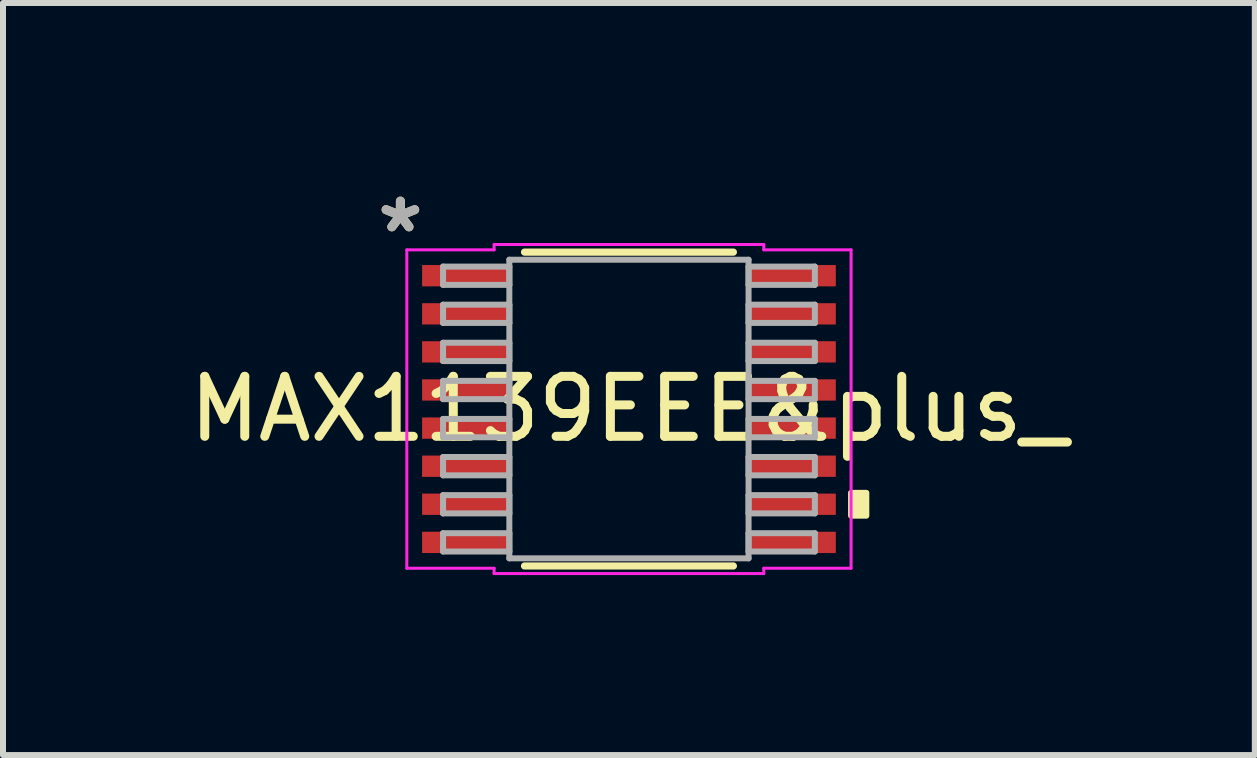
<source format=kicad_pcb>
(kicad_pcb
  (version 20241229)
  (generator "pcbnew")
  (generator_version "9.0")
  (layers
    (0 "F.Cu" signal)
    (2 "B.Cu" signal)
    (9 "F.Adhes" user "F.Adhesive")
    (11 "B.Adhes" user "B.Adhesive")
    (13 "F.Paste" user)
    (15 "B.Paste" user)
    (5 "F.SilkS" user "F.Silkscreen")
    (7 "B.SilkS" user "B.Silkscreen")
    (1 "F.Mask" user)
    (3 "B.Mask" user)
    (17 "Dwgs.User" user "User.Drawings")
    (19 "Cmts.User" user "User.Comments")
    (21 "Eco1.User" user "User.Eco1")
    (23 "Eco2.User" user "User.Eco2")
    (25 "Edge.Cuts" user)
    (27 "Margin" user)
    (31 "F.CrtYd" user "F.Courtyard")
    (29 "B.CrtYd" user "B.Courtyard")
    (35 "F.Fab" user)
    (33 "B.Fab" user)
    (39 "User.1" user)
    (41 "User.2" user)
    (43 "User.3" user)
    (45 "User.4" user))
  (footprint "MAX1139EEE&plus_"
    (layer "F.Cu")
    (at 7.435 3.769)
    (property "Reference" "MAX1139EEE&plus_" (at 0 0 0) (layer "F.SilkS") (effects (font (size 1 1) (thickness 0.15))))
    (attr smd)
    (fp_line (start -1.741 2.616) (end 1.741 2.616) (stroke (width 0.12) (type solid)) (layer "F.SilkS"))
    (fp_line (start 1.741 -2.616) (end -1.741 -2.616) (stroke (width 0.12) (type solid)) (layer "F.SilkS"))
    (fp_poly (pts (xy 3.957 1.397) (xy 3.957 1.778) (xy 3.703 1.778) (xy 3.703 1.397)) (stroke (width 0.1) (type solid)) (fill yes) (layer "F.SilkS"))
    (fp_line (start -3.703 -2.654) (end -2.248 -2.654) (stroke (width 0.05) (type solid)) (layer "F.CrtYd"))
    (fp_line (start -3.703 2.654) (end -3.703 -2.654) (stroke (width 0.05) (type solid)) (layer "F.CrtYd"))
    (fp_line (start -2.248 -2.743) (end 2.248 -2.743) (stroke (width 0.05) (type solid)) (layer "F.CrtYd"))
    (fp_line (start -2.248 -2.654) (end -2.248 -2.743) (stroke (width 0.05) (type solid)) (layer "F.CrtYd"))
    (fp_line (start -2.248 2.654) (end -3.703 2.654) (stroke (width 0.05) (type solid)) (layer "F.CrtYd"))
    (fp_line (start -2.248 2.743) (end -2.248 2.654) (stroke (width 0.05) (type solid)) (layer "F.CrtYd"))
    (fp_line (start 2.248 -2.743) (end 2.248 -2.654) (stroke (width 0.05) (type solid)) (layer "F.CrtYd"))
    (fp_line (start 2.248 -2.654) (end 3.703 -2.654) (stroke (width 0.05) (type solid)) (layer "F.CrtYd"))
    (fp_line (start 2.248 2.654) (end 2.248 2.743) (stroke (width 0.05) (type solid)) (layer "F.CrtYd"))
    (fp_line (start 2.248 2.743) (end -2.248 2.743) (stroke (width 0.05) (type solid)) (layer "F.CrtYd"))
    (fp_line (start 3.703 -2.654) (end 3.703 2.654) (stroke (width 0.05) (type solid)) (layer "F.CrtYd"))
    (fp_line (start 3.703 2.654) (end 2.248 2.654) (stroke (width 0.05) (type solid)) (layer "F.CrtYd"))
    (fp_line (start -3.099 -2.375) (end -3.099 -2.07) (stroke (width 0.1) (type solid)) (layer "F.Fab"))
    (fp_line (start -3.099 -2.07) (end -1.994 -2.07) (stroke (width 0.1) (type solid)) (layer "F.Fab"))
    (fp_line (start -3.099 -1.74) (end -3.099 -1.435) (stroke (width 0.1) (type solid)) (layer "F.Fab"))
    (fp_line (start -3.099 -1.435) (end -1.994 -1.435) (stroke (width 0.1) (type solid)) (layer "F.Fab"))
    (fp_line (start -3.099 -1.105) (end -3.099 -0.8) (stroke (width 0.1) (type solid)) (layer "F.Fab"))
    (fp_line (start -3.099 -0.8) (end -1.994 -0.8) (stroke (width 0.1) (type solid)) (layer "F.Fab"))
    (fp_line (start -3.099 -0.47) (end -3.099 -0.165) (stroke (width 0.1) (type solid)) (layer "F.Fab"))
    (fp_line (start -3.099 -0.165) (end -1.994 -0.165) (stroke (width 0.1) (type solid)) (layer "F.Fab"))
    (fp_line (start -3.099 0.165) (end -3.099 0.47) (stroke (width 0.1) (type solid)) (layer "F.Fab"))
    (fp_line (start -3.099 0.47) (end -1.994 0.47) (stroke (width 0.1) (type solid)) (layer "F.Fab"))
    (fp_line (start -3.099 0.8) (end -3.099 1.105) (stroke (width 0.1) (type solid)) (layer "F.Fab"))
    (fp_line (start -3.099 1.105) (end -1.994 1.105) (stroke (width 0.1) (type solid)) (layer "F.Fab"))
    (fp_line (start -3.099 1.435) (end -3.099 1.74) (stroke (width 0.1) (type solid)) (layer "F.Fab"))
    (fp_line (start -3.099 1.74) (end -1.994 1.74) (stroke (width 0.1) (type solid)) (layer "F.Fab"))
    (fp_line (start -3.099 2.07) (end -3.099 2.375) (stroke (width 0.1) (type solid)) (layer "F.Fab"))
    (fp_line (start -3.099 2.375) (end -1.994 2.375) (stroke (width 0.1) (type solid)) (layer "F.Fab"))
    (fp_line (start -1.994 -2.489) (end -1.994 2.489) (stroke (width 0.1) (type solid)) (layer "F.Fab"))
    (fp_line (start -1.994 -2.375) (end -3.099 -2.375) (stroke (width 0.1) (type solid)) (layer "F.Fab"))
    (fp_line (start -1.994 -2.07) (end -1.994 -2.375) (stroke (width 0.1) (type solid)) (layer "F.Fab"))
    (fp_line (start -1.994 -1.74) (end -3.099 -1.74) (stroke (width 0.1) (type solid)) (layer "F.Fab"))
    (fp_line (start -1.994 -1.435) (end -1.994 -1.74) (stroke (width 0.1) (type solid)) (layer "F.Fab"))
    (fp_line (start -1.994 -1.105) (end -3.099 -1.105) (stroke (width 0.1) (type solid)) (layer "F.Fab"))
    (fp_line (start -1.994 -0.8) (end -1.994 -1.105) (stroke (width 0.1) (type solid)) (layer "F.Fab"))
    (fp_line (start -1.994 -0.47) (end -3.099 -0.47) (stroke (width 0.1) (type solid)) (layer "F.Fab"))
    (fp_line (start -1.994 -0.165) (end -1.994 -0.47) (stroke (width 0.1) (type solid)) (layer "F.Fab"))
    (fp_line (start -1.994 0.165) (end -3.099 0.165) (stroke (width 0.1) (type solid)) (layer "F.Fab"))
    (fp_line (start -1.994 0.47) (end -1.994 0.165) (stroke (width 0.1) (type solid)) (layer "F.Fab"))
    (fp_line (start -1.994 0.8) (end -3.099 0.8) (stroke (width 0.1) (type solid)) (layer "F.Fab"))
    (fp_line (start -1.994 1.105) (end -1.994 0.8) (stroke (width 0.1) (type solid)) (layer "F.Fab"))
    (fp_line (start -1.994 1.435) (end -3.099 1.435) (stroke (width 0.1) (type solid)) (layer "F.Fab"))
    (fp_line (start -1.994 1.74) (end -1.994 1.435) (stroke (width 0.1) (type solid)) (layer "F.Fab"))
    (fp_line (start -1.994 2.07) (end -3.099 2.07) (stroke (width 0.1) (type solid)) (layer "F.Fab"))
    (fp_line (start -1.994 2.375) (end -1.994 2.07) (stroke (width 0.1) (type solid)) (layer "F.Fab"))
    (fp_line (start -1.994 2.489) (end 1.994 2.489) (stroke (width 0.1) (type solid)) (layer "F.Fab"))
    (fp_line (start 1.994 -2.489) (end -1.994 -2.489) (stroke (width 0.1) (type solid)) (layer "F.Fab"))
    (fp_line (start 1.994 -2.375) (end 1.994 -2.07) (stroke (width 0.1) (type solid)) (layer "F.Fab"))
    (fp_line (start 1.994 -2.07) (end 3.099 -2.07) (stroke (width 0.1) (type solid)) (layer "F.Fab"))
    (fp_line (start 1.994 -1.74) (end 1.994 -1.435) (stroke (width 0.1) (type solid)) (layer "F.Fab"))
    (fp_line (start 1.994 -1.435) (end 3.099 -1.435) (stroke (width 0.1) (type solid)) (layer "F.Fab"))
    (fp_line (start 1.994 -1.105) (end 1.994 -0.8) (stroke (width 0.1) (type solid)) (layer "F.Fab"))
    (fp_line (start 1.994 -0.8) (end 3.099 -0.8) (stroke (width 0.1) (type solid)) (layer "F.Fab"))
    (fp_line (start 1.994 -0.47) (end 1.994 -0.165) (stroke (width 0.1) (type solid)) (layer "F.Fab"))
    (fp_line (start 1.994 -0.165) (end 3.099 -0.165) (stroke (width 0.1) (type solid)) (layer "F.Fab"))
    (fp_line (start 1.994 0.165) (end 1.994 0.47) (stroke (width 0.1) (type solid)) (layer "F.Fab"))
    (fp_line (start 1.994 0.47) (end 3.099 0.47) (stroke (width 0.1) (type solid)) (layer "F.Fab"))
    (fp_line (start 1.994 0.8) (end 1.994 1.105) (stroke (width 0.1) (type solid)) (layer "F.Fab"))
    (fp_line (start 1.994 1.105) (end 3.099 1.105) (stroke (width 0.1) (type solid)) (layer "F.Fab"))
    (fp_line (start 1.994 1.435) (end 1.994 1.74) (stroke (width 0.1) (type solid)) (layer "F.Fab"))
    (fp_line (start 1.994 1.74) (end 3.099 1.74) (stroke (width 0.1) (type solid)) (layer "F.Fab"))
    (fp_line (start 1.994 2.07) (end 1.994 2.375) (stroke (width 0.1) (type solid)) (layer "F.Fab"))
    (fp_line (start 1.994 2.375) (end 3.099 2.375) (stroke (width 0.1) (type solid)) (layer "F.Fab"))
    (fp_line (start 1.994 2.489) (end 1.994 -2.489) (stroke (width 0.1) (type solid)) (layer "F.Fab"))
    (fp_line (start 3.099 -2.375) (end 1.994 -2.375) (stroke (width 0.1) (type solid)) (layer "F.Fab"))
    (fp_line (start 3.099 -2.07) (end 3.099 -2.375) (stroke (width 0.1) (type solid)) (layer "F.Fab"))
    (fp_line (start 3.099 -1.74) (end 1.994 -1.74) (stroke (width 0.1) (type solid)) (layer "F.Fab"))
    (fp_line (start 3.099 -1.435) (end 3.099 -1.74) (stroke (width 0.1) (type solid)) (layer "F.Fab"))
    (fp_line (start 3.099 -1.105) (end 1.994 -1.105) (stroke (width 0.1) (type solid)) (layer "F.Fab"))
    (fp_line (start 3.099 -0.8) (end 3.099 -1.105) (stroke (width 0.1) (type solid)) (layer "F.Fab"))
    (fp_line (start 3.099 -0.47) (end 1.994 -0.47) (stroke (width 0.1) (type solid)) (layer "F.Fab"))
    (fp_line (start 3.099 -0.165) (end 3.099 -0.47) (stroke (width 0.1) (type solid)) (layer "F.Fab"))
    (fp_line (start 3.099 0.165) (end 1.994 0.165) (stroke (width 0.1) (type solid)) (layer "F.Fab"))
    (fp_line (start 3.099 0.47) (end 3.099 0.165) (stroke (width 0.1) (type solid)) (layer "F.Fab"))
    (fp_line (start 3.099 0.8) (end 1.994 0.8) (stroke (width 0.1) (type solid)) (layer "F.Fab"))
    (fp_line (start 3.099 1.105) (end 3.099 0.8) (stroke (width 0.1) (type solid)) (layer "F.Fab"))
    (fp_line (start 3.099 1.435) (end 1.994 1.435) (stroke (width 0.1) (type solid)) (layer "F.Fab"))
    (fp_line (start 3.099 1.74) (end 3.099 1.435) (stroke (width 0.1) (type solid)) (layer "F.Fab"))
    (fp_line (start 3.099 2.07) (end 1.994 2.07) (stroke (width 0.1) (type solid)) (layer "F.Fab"))
    (fp_line (start 3.099 2.375) (end 3.099 2.07) (stroke (width 0.1) (type solid)) (layer "F.Fab"))
    (fp_text user "*" (at -3.81 -2.921 0) (layer "F.SilkS") (effects (font (size 1 1) (thickness 0.15))))
    (fp_text user "*" (at -3.81 -2.921 0) (layer "F.Fab") (effects (font (size 1 1) (thickness 0.15))))
    (pad "1" smd rect (at -2.721 -2.223) (size 1.455 0.355) (layers "F.Cu" "F.Mask" "F.Paste"))
    (pad "2" smd rect (at -2.721 -1.587) (size 1.455 0.355) (layers "F.Cu" "F.Mask" "F.Paste"))
    (pad "3" smd rect (at -2.721 -0.953) (size 1.455 0.355) (layers "F.Cu" "F.Mask" "F.Paste"))
    (pad "4" smd rect (at -2.721 -0.318) (size 1.455 0.355) (layers "F.Cu" "F.Mask" "F.Paste"))
    (pad "5" smd rect (at -2.721 0.318) (size 1.455 0.355) (layers "F.Cu" "F.Mask" "F.Paste"))
    (pad "6" smd rect (at -2.721 0.953) (size 1.455 0.355) (layers "F.Cu" "F.Mask" "F.Paste"))
    (pad "7" smd rect (at -2.721 1.587) (size 1.455 0.355) (layers "F.Cu" "F.Mask" "F.Paste"))
    (pad "8" smd rect (at -2.721 2.223) (size 1.455 0.355) (layers "F.Cu" "F.Mask" "F.Paste"))
    (pad "9" smd rect (at 2.721 2.223) (size 1.455 0.355) (layers "F.Cu" "F.Mask" "F.Paste"))
    (pad "10" smd rect (at 2.721 1.587) (size 1.455 0.355) (layers "F.Cu" "F.Mask" "F.Paste"))
    (pad "11" smd rect (at 2.721 0.953) (size 1.455 0.355) (layers "F.Cu" "F.Mask" "F.Paste"))
    (pad "12" smd rect (at 2.721 0.318) (size 1.455 0.355) (layers "F.Cu" "F.Mask" "F.Paste"))
    (pad "13" smd rect (at 2.721 -0.318) (size 1.455 0.355) (layers "F.Cu" "F.Mask" "F.Paste"))
    (pad "14" smd rect (at 2.721 -0.953) (size 1.455 0.355) (layers "F.Cu" "F.Mask" "F.Paste"))
    (pad "15" smd rect (at 2.721 -1.587) (size 1.455 0.355) (layers "F.Cu" "F.Mask" "F.Paste"))
    (pad "16" smd rect (at 2.721 -2.223) (size 1.455 0.355) (layers "F.Cu" "F.Mask" "F.Paste")))
  (gr_rect
    (start -3 -3)
    (end 17.869 9.537)
    (stroke (width 0.1) (type default))
    (fill no)
    (layer "Edge.Cuts")))
</source>
